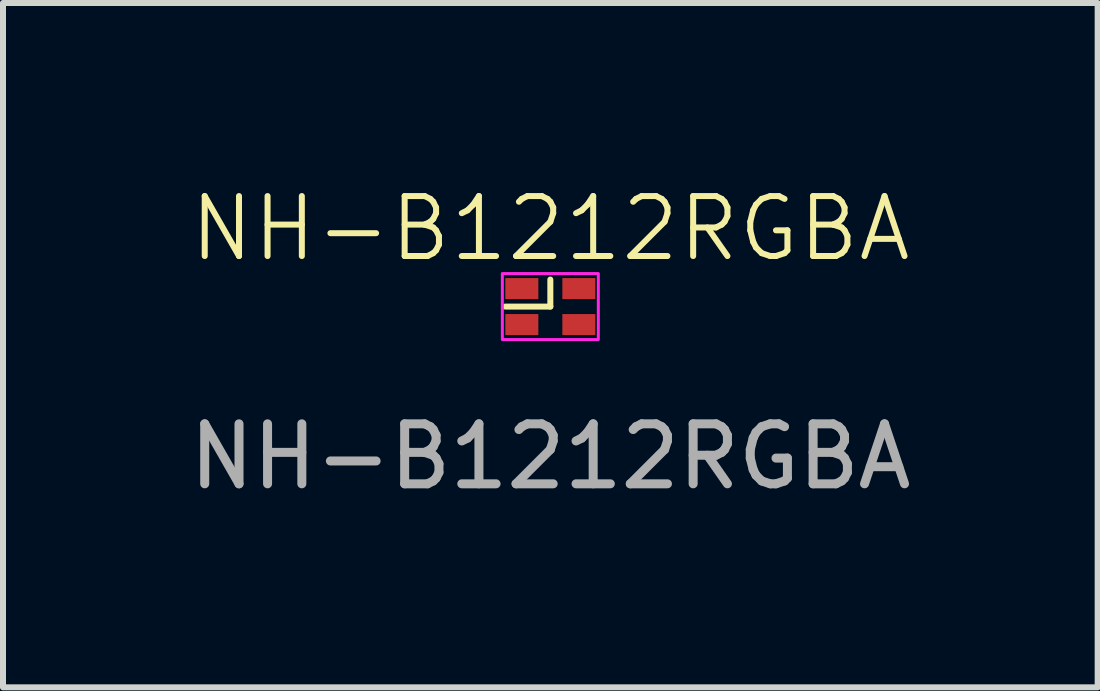
<source format=kicad_pcb>
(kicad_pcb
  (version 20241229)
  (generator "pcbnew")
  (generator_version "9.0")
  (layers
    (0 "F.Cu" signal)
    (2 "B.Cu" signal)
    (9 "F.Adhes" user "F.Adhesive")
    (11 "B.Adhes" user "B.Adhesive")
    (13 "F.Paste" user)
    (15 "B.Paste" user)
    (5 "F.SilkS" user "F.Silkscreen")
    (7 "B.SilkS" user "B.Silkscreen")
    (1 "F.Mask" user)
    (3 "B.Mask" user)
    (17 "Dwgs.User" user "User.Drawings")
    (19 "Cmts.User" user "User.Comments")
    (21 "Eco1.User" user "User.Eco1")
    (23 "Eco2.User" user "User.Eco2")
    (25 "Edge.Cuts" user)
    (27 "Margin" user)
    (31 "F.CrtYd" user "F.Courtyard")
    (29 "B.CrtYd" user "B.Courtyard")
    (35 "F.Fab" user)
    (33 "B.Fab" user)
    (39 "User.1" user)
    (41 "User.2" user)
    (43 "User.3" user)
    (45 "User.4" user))
  (footprint "NH-B1212RGBA"
    (layer "F.Cu")
    (at 6.125 2.061)
    (property "Reference" "NH-B1212RGBA" (at 0 -1.3 0) (unlocked yes) (layer "F.SilkS") (effects (font (size 1 1) (thickness 0.1))))
    (attr smd)
    (fp_line (start 0 -0.45) (end 0 0) (stroke (width 0.1) (type default)) (layer "F.SilkS"))
    (fp_line (start 0 0) (end -0.75 0) (stroke (width 0.1) (type default)) (layer "F.SilkS"))
    (fp_rect (start -0.8 -0.55) (end 0.8 0.55) (stroke (width 0.05) (type default)) (fill no) (layer "F.CrtYd"))
    (fp_text user "${REFERENCE}" (at 0 2.5 0) (unlocked yes) (layer "F.Fab") (effects (font (size 1 1) (thickness 0.15))))
    (pad "1" smd rect (at 0.475 0.3) (size 0.55 0.35) (layers "F.Cu" "F.Mask" "F.Paste"))
    (pad "2" smd rect (at 0.475 -0.3) (size 0.55 0.35) (layers "F.Cu" "F.Mask" "F.Paste"))
    (pad "3" smd rect (at -0.475 -0.3) (size 0.55 0.35) (layers "F.Cu" "F.Mask" "F.Paste"))
    (pad "4" smd rect (at -0.475 0.3) (size 0.55 0.35) (layers "F.Cu" "F.Mask" "F.Paste")))
  (gr_rect
    (start -3 -3)
    (end 15.25 8.409)
    (stroke (width 0.1) (type default))
    (fill no)
    (layer "Edge.Cuts")))
</source>
